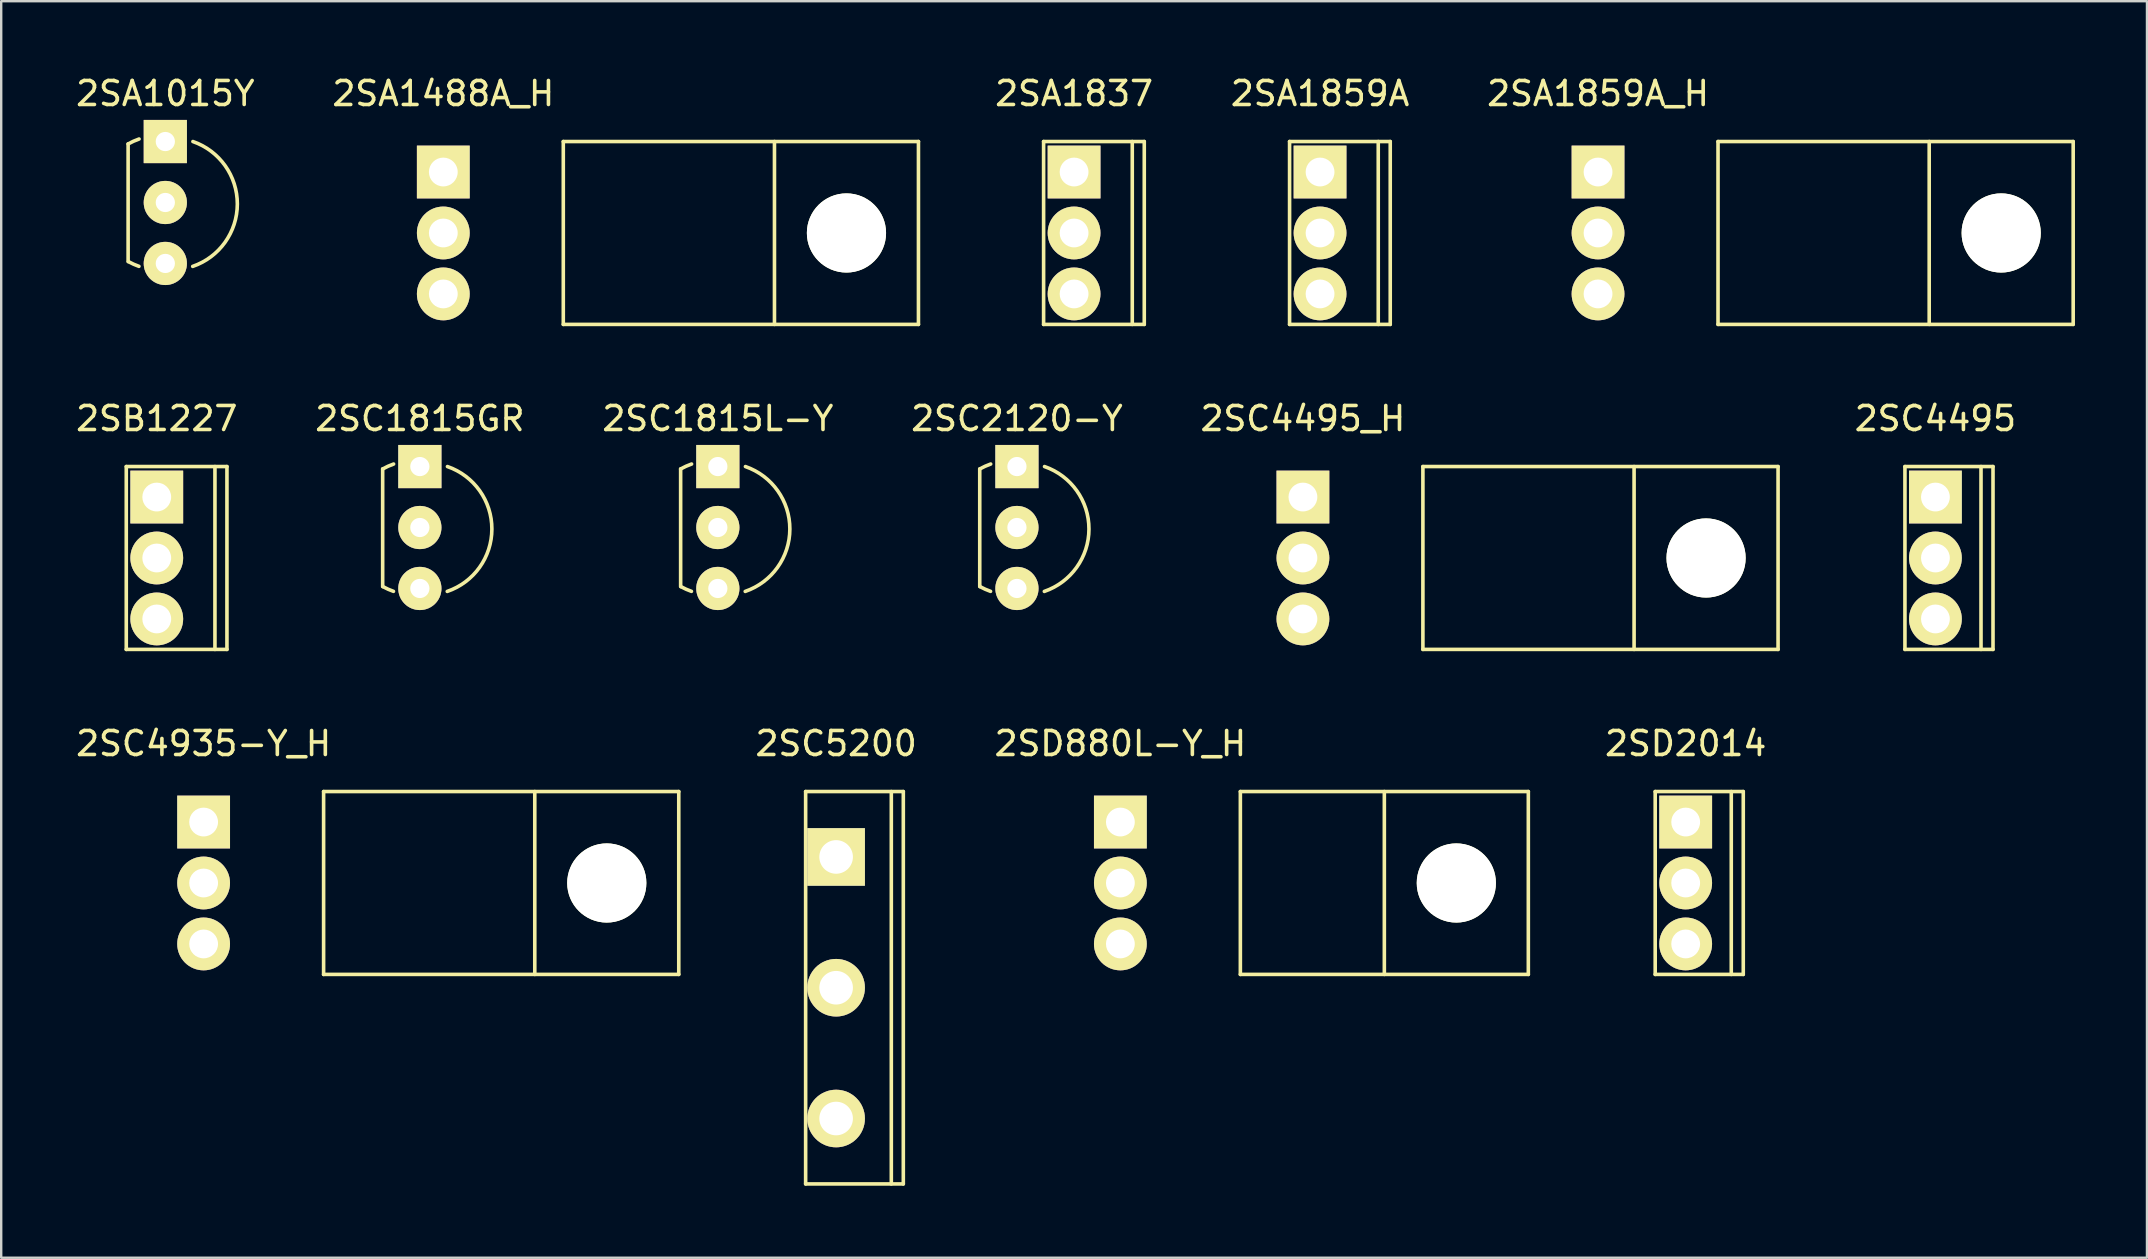
<source format=kicad_pcb>
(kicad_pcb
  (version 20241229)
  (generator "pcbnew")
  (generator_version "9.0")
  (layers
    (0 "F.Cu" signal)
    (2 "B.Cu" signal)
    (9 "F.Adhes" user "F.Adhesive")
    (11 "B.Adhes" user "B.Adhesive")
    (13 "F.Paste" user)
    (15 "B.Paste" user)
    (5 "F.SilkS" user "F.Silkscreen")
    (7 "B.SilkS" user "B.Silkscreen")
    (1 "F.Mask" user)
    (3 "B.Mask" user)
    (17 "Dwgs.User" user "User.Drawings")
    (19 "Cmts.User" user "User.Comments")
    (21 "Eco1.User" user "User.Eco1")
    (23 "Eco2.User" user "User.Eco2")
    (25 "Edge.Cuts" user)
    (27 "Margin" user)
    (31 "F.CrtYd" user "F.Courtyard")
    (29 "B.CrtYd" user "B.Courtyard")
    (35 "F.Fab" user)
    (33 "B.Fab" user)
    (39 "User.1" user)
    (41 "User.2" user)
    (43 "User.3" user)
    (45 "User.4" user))
  (footprint "2SC2120-Y"
    (layer "F.Cu")
    (at 39.327 16.392)
    (property "Reference" "2SC2120-Y" (at 0 -2 0) (layer "F.SilkS") (effects (font (size 1 1) (thickness 0.15))))
    (attr through_hole)
    (fp_line (start -1.55 5) (end -1.55 0.1) (stroke (width 0.15) (type solid)) (layer "F.SilkS"))
    (fp_arc (start -1.55 0.1) (mid -1.326783 -0.012505) (end -1.09461 -0.105127) (stroke (width 0.15) (type solid)) (layer "F.SilkS"))
    (fp_arc (start -1.1 5.2) (mid -1.32318 5.111666) (end -1.537812 5.004217) (stroke (width 0.15) (type solid)) (layer "F.SilkS"))
    (fp_arc (start 1.15 0) (mid 3.00136 2.60449) (end 1.14151 5.202923) (stroke (width 0.15) (type solid)) (layer "F.SilkS"))
    (pad "1" thru_hole rect (at 0 0) (size 1.8 1.8) (drill 0.8) (layers "*.Cu" "*.Mask" "F.SilkS"))
    (pad "2" thru_hole circle (at 0 2.54) (size 1.8 1.8) (drill 0.8) (layers "*.Cu" "*.Mask" "F.SilkS"))
    (pad "3" thru_hole circle (at 0 5.08) (size 1.8 1.8) (drill 0.8) (layers "*.Cu" "*.Mask" "F.SilkS")))
  (footprint "2SC1815L-Y"
    (layer "F.Cu")
    (at 26.863 16.392)
    (property "Reference" "2SC1815L-Y" (at 0 -2 0) (layer "F.SilkS") (effects (font (size 1 1) (thickness 0.15))))
    (attr through_hole)
    (fp_line (start -1.55 5) (end -1.55 0.1) (stroke (width 0.15) (type solid)) (layer "F.SilkS"))
    (fp_arc (start -1.55 0.1) (mid -1.326783 -0.012505) (end -1.09461 -0.105127) (stroke (width 0.15) (type solid)) (layer "F.SilkS"))
    (fp_arc (start -1.1 5.2) (mid -1.32318 5.111666) (end -1.537812 5.004217) (stroke (width 0.15) (type solid)) (layer "F.SilkS"))
    (fp_arc (start 1.15 0) (mid 3.00136 2.60449) (end 1.14151 5.202923) (stroke (width 0.15) (type solid)) (layer "F.SilkS"))
    (pad "1" thru_hole rect (at 0 0) (size 1.8 1.8) (drill 0.8) (layers "*.Cu" "*.Mask" "F.SilkS"))
    (pad "2" thru_hole circle (at 0 2.54) (size 1.8 1.8) (drill 0.8) (layers "*.Cu" "*.Mask" "F.SilkS"))
    (pad "3" thru_hole circle (at 0 5.08) (size 1.8 1.8) (drill 0.8) (layers "*.Cu" "*.Mask" "F.SilkS")))
  (footprint "2SA1015Y"
    (layer "F.Cu")
    (at 3.839 2.848)
    (property "Reference" "2SA1015Y" (at 0 -2 0) (layer "F.SilkS") (effects (font (size 1 1) (thickness 0.15))))
    (attr through_hole)
    (fp_line (start -1.55 5) (end -1.55 0.1) (stroke (width 0.15) (type solid)) (layer "F.SilkS"))
    (fp_arc (start -1.55 0.1) (mid -1.326783 -0.012505) (end -1.09461 -0.105127) (stroke (width 0.15) (type solid)) (layer "F.SilkS"))
    (fp_arc (start -1.1 5.2) (mid -1.32318 5.111666) (end -1.537812 5.004217) (stroke (width 0.15) (type solid)) (layer "F.SilkS"))
    (fp_arc (start 1.15 0) (mid 3.00136 2.60449) (end 1.14151 5.202923) (stroke (width 0.15) (type solid)) (layer "F.SilkS"))
    (pad "1" thru_hole rect (at 0 0) (size 1.8 1.8) (drill 0.8) (layers "*.Cu" "*.Mask" "F.SilkS"))
    (pad "2" thru_hole circle (at 0 2.54) (size 1.8 1.8) (drill 0.8) (layers "*.Cu" "*.Mask" "F.SilkS"))
    (pad "3" thru_hole circle (at 0 5.08) (size 1.8 1.8) (drill 0.8) (layers "*.Cu" "*.Mask" "F.SilkS")))
  (footprint "2SA1859A"
    (layer "F.Cu")
    (at 51.958 4.118)
    (property "Reference" "2SA1859A" (at 0 -3.27 0) (layer "F.SilkS") (effects (font (size 1 1) (thickness 0.15))))
    (attr through_hole)
    (fp_line (start -1.27 -1.27) (end -1.27 6.35) (stroke (width 0.15) (type solid)) (layer "F.SilkS"))
    (fp_line (start -1.27 -1.27) (end 2.925 -1.27) (stroke (width 0.15) (type solid)) (layer "F.SilkS"))
    (fp_line (start -1.27 6.35) (end 2.925 6.35) (stroke (width 0.15) (type solid)) (layer "F.SilkS"))
    (fp_line (start 2.425 -1.27) (end 2.425 6.35) (stroke (width 0.15) (type solid)) (layer "F.SilkS"))
    (fp_line (start 2.925 -1.27) (end 2.925 6.35) (stroke (width 0.15) (type solid)) (layer "F.SilkS"))
    (pad "1" thru_hole rect (at 0 0) (size 2.2 2.2) (drill 1.2) (layers "*.Cu" "*.Mask" "F.SilkS"))
    (pad "2" thru_hole circle (at 0 2.54) (size 2.2 2.2) (drill 1.2) (layers "*.Cu" "*.Mask" "F.SilkS"))
    (pad "3" thru_hole circle (at 0 5.08) (size 2.2 2.2) (drill 1.2) (layers "*.Cu" "*.Mask" "F.SilkS")))
  (footprint "2SC4495"
    (layer "F.Cu")
    (at 77.601 17.662)
    (property "Reference" "2SC4495" (at 0 -3.27 0) (layer "F.SilkS") (effects (font (size 1 1) (thickness 0.15))))
    (attr through_hole)
    (fp_line (start -1.27 -1.27) (end -1.27 6.35) (stroke (width 0.15) (type solid)) (layer "F.SilkS"))
    (fp_line (start -1.27 -1.27) (end 2.4 -1.27) (stroke (width 0.15) (type solid)) (layer "F.SilkS"))
    (fp_line (start -1.27 6.35) (end 2.4 6.35) (stroke (width 0.15) (type solid)) (layer "F.SilkS"))
    (fp_line (start 1.9 -1.27) (end 1.9 6.35) (stroke (width 0.15) (type solid)) (layer "F.SilkS"))
    (fp_line (start 2.4 -1.27) (end 2.4 6.35) (stroke (width 0.15) (type solid)) (layer "F.SilkS"))
    (pad "1" thru_hole rect (at 0 0) (size 2.2 2.2) (drill 1.2) (layers "*.Cu" "*.Mask" "F.SilkS"))
    (pad "2" thru_hole circle (at 0 2.54) (size 2.2 2.2) (drill 1.2) (layers "*.Cu" "*.Mask" "F.SilkS"))
    (pad "3" thru_hole circle (at 0 5.08) (size 2.2 2.2) (drill 1.2) (layers "*.Cu" "*.Mask" "F.SilkS")))
  (footprint "2SD2014"
    (layer "F.Cu")
    (at 67.194 31.205)
    (property "Reference" "2SD2014" (at 0 -3.27 0) (layer "F.SilkS") (effects (font (size 1 1) (thickness 0.15))))
    (attr through_hole)
    (fp_line (start -1.27 -1.27) (end -1.27 6.35) (stroke (width 0.15) (type solid)) (layer "F.SilkS"))
    (fp_line (start -1.27 -1.27) (end 2.4 -1.27) (stroke (width 0.15) (type solid)) (layer "F.SilkS"))
    (fp_line (start -1.27 6.35) (end 2.4 6.35) (stroke (width 0.15) (type solid)) (layer "F.SilkS"))
    (fp_line (start 1.9 -1.27) (end 1.9 6.35) (stroke (width 0.15) (type solid)) (layer "F.SilkS"))
    (fp_line (start 2.4 -1.27) (end 2.4 6.35) (stroke (width 0.15) (type solid)) (layer "F.SilkS"))
    (pad "1" thru_hole rect (at 0 0) (size 2.2 2.2) (drill 1.2) (layers "*.Cu" "*.Mask" "F.SilkS"))
    (pad "2" thru_hole circle (at 0 2.54) (size 2.2 2.2) (drill 1.2) (layers "*.Cu" "*.Mask" "F.SilkS"))
    (pad "3" thru_hole circle (at 0 5.08) (size 2.2 2.2) (drill 1.2) (layers "*.Cu" "*.Mask" "F.SilkS")))
  (footprint "2SD880L-Y_H"
    (layer "F.Cu")
    (at 43.637 31.205)
    (property "Reference" "2SD880L-Y_H" (at 0 -3.27 0) (layer "F.SilkS") (effects (font (size 1 1) (thickness 0.15))))
    (attr through_hole)
    (fp_line (start 5 -1.27) (end 5 6.35) (stroke (width 0.15) (type solid)) (layer "F.SilkS"))
    (fp_line (start 5 -1.27) (end 17 -1.27) (stroke (width 0.15) (type solid)) (layer "F.SilkS"))
    (fp_line (start 5 6.35) (end 17 6.35) (stroke (width 0.15) (type solid)) (layer "F.SilkS"))
    (fp_line (start 11 -1.27) (end 11 6.35) (stroke (width 0.15) (type solid)) (layer "F.SilkS"))
    (fp_line (start 17 -1.27) (end 17 6.35) (stroke (width 0.15) (type solid)) (layer "F.SilkS"))
    (pad "" np_thru_hole circle (at 14 2.54) (size 3.3 3.3) (drill 3.3) (layers "*.Cu" "*.Mask" "F.SilkS"))
    (pad "1" thru_hole rect (at 0 0) (size 2.2 2.2) (drill 1.2) (layers "*.Cu" "*.Mask" "F.SilkS"))
    (pad "2" thru_hole circle (at 0 2.54) (size 2.2 2.2) (drill 1.2) (layers "*.Cu" "*.Mask" "F.SilkS"))
    (pad "3" thru_hole circle (at 0 5.08) (size 2.2 2.2) (drill 1.2) (layers "*.Cu" "*.Mask" "F.SilkS")))
  (footprint "2SB1227"
    (layer "F.Cu")
    (at 3.482 17.662)
    (property "Reference" "2SB1227" (at 0 -3.27 0) (layer "F.SilkS") (effects (font (size 1 1) (thickness 0.15))))
    (attr through_hole)
    (fp_line (start -1.27 -1.27) (end -1.27 6.35) (stroke (width 0.15) (type solid)) (layer "F.SilkS"))
    (fp_line (start -1.27 -1.27) (end 2.925 -1.27) (stroke (width 0.15) (type solid)) (layer "F.SilkS"))
    (fp_line (start -1.27 6.35) (end 2.925 6.35) (stroke (width 0.15) (type solid)) (layer "F.SilkS"))
    (fp_line (start 2.425 -1.27) (end 2.425 6.35) (stroke (width 0.15) (type solid)) (layer "F.SilkS"))
    (fp_line (start 2.925 -1.27) (end 2.925 6.35) (stroke (width 0.15) (type solid)) (layer "F.SilkS"))
    (pad "1" thru_hole rect (at 0 0) (size 2.2 2.2) (drill 1.2) (layers "*.Cu" "*.Mask" "F.SilkS"))
    (pad "2" thru_hole circle (at 0 2.54) (size 2.2 2.2) (drill 1.2) (layers "*.Cu" "*.Mask" "F.SilkS"))
    (pad "3" thru_hole circle (at 0 5.08) (size 2.2 2.2) (drill 1.2) (layers "*.Cu" "*.Mask" "F.SilkS")))
  (footprint "2SC4935-Y_H"
    (layer "F.Cu")
    (at 5.435 31.205)
    (property "Reference" "2SC4935-Y_H" (at 0 -3.27 0) (layer "F.SilkS") (effects (font (size 1 1) (thickness 0.15))))
    (attr through_hole)
    (fp_line (start 5 -1.27) (end 5 6.35) (stroke (width 0.15) (type solid)) (layer "F.SilkS"))
    (fp_line (start 5 -1.27) (end 19.8 -1.27) (stroke (width 0.15) (type solid)) (layer "F.SilkS"))
    (fp_line (start 5 6.35) (end 19.8 6.35) (stroke (width 0.15) (type solid)) (layer "F.SilkS"))
    (fp_line (start 13.8 -1.27) (end 13.8 6.35) (stroke (width 0.15) (type solid)) (layer "F.SilkS"))
    (fp_line (start 19.8 -1.27) (end 19.8 6.35) (stroke (width 0.15) (type solid)) (layer "F.SilkS"))
    (pad "" np_thru_hole circle (at 16.8 2.54) (size 3.3 3.3) (drill 3.3) (layers "*.Cu" "*.Mask" "F.SilkS"))
    (pad "1" thru_hole rect (at 0 0) (size 2.2 2.2) (drill 1.2) (layers "*.Cu" "*.Mask" "F.SilkS"))
    (pad "2" thru_hole circle (at 0 2.54) (size 2.2 2.2) (drill 1.2) (layers "*.Cu" "*.Mask" "F.SilkS"))
    (pad "3" thru_hole circle (at 0 5.08) (size 2.2 2.2) (drill 1.2) (layers "*.Cu" "*.Mask" "F.SilkS")))
  (footprint "2SA1837"
    (layer "F.Cu")
    (at 41.708 4.118)
    (property "Reference" "2SA1837" (at 0 -3.27 0) (layer "F.SilkS") (effects (font (size 1 1) (thickness 0.15))))
    (attr through_hole)
    (fp_line (start -1.27 -1.27) (end -1.27 6.35) (stroke (width 0.15) (type solid)) (layer "F.SilkS"))
    (fp_line (start -1.27 -1.27) (end 2.925 -1.27) (stroke (width 0.15) (type solid)) (layer "F.SilkS"))
    (fp_line (start -1.27 6.35) (end 2.925 6.35) (stroke (width 0.15) (type solid)) (layer "F.SilkS"))
    (fp_line (start 2.425 -1.27) (end 2.425 6.35) (stroke (width 0.15) (type solid)) (layer "F.SilkS"))
    (fp_line (start 2.925 -1.27) (end 2.925 6.35) (stroke (width 0.15) (type solid)) (layer "F.SilkS"))
    (pad "1" thru_hole rect (at 0 0) (size 2.2 2.2) (drill 1.2) (layers "*.Cu" "*.Mask" "F.SilkS"))
    (pad "2" thru_hole circle (at 0 2.54) (size 2.2 2.2) (drill 1.2) (layers "*.Cu" "*.Mask" "F.SilkS"))
    (pad "3" thru_hole circle (at 0 5.08) (size 2.2 2.2) (drill 1.2) (layers "*.Cu" "*.Mask" "F.SilkS")))
  (footprint "2SC4495_H"
    (layer "F.Cu")
    (at 51.244 17.662)
    (property "Reference" "2SC4495_H" (at 0 -3.27 0) (layer "F.SilkS") (effects (font (size 1 1) (thickness 0.15))))
    (attr through_hole)
    (fp_line (start 5 -1.27) (end 5 6.35) (stroke (width 0.15) (type solid)) (layer "F.SilkS"))
    (fp_line (start 5 -1.27) (end 19.8 -1.27) (stroke (width 0.15) (type solid)) (layer "F.SilkS"))
    (fp_line (start 5 6.35) (end 19.8 6.35) (stroke (width 0.15) (type solid)) (layer "F.SilkS"))
    (fp_line (start 13.8 -1.27) (end 13.8 6.35) (stroke (width 0.15) (type solid)) (layer "F.SilkS"))
    (fp_line (start 19.8 -1.27) (end 19.8 6.35) (stroke (width 0.15) (type solid)) (layer "F.SilkS"))
    (pad "" np_thru_hole circle (at 16.8 2.54) (size 3.3 3.3) (drill 3.3) (layers "*.Cu" "*.Mask" "F.SilkS"))
    (pad "1" thru_hole rect (at 0 0) (size 2.2 2.2) (drill 1.2) (layers "*.Cu" "*.Mask" "F.SilkS"))
    (pad "2" thru_hole circle (at 0 2.54) (size 2.2 2.2) (drill 1.2) (layers "*.Cu" "*.Mask" "F.SilkS"))
    (pad "3" thru_hole circle (at 0 5.08) (size 2.2 2.2) (drill 1.2) (layers "*.Cu" "*.Mask" "F.SilkS")))
  (footprint "2SC1815GR"
    (layer "F.Cu")
    (at 14.446 16.392)
    (property "Reference" "2SC1815GR" (at 0 -2 0) (layer "F.SilkS") (effects (font (size 1 1) (thickness 0.15))))
    (attr through_hole)
    (fp_line (start -1.55 5) (end -1.55 0.1) (stroke (width 0.15) (type solid)) (layer "F.SilkS"))
    (fp_arc (start -1.55 0.1) (mid -1.326783 -0.012505) (end -1.09461 -0.105127) (stroke (width 0.15) (type solid)) (layer "F.SilkS"))
    (fp_arc (start -1.1 5.2) (mid -1.32318 5.111666) (end -1.537812 5.004217) (stroke (width 0.15) (type solid)) (layer "F.SilkS"))
    (fp_arc (start 1.15 0) (mid 3.00136 2.60449) (end 1.14151 5.202923) (stroke (width 0.15) (type solid)) (layer "F.SilkS"))
    (pad "1" thru_hole rect (at 0 0) (size 1.8 1.8) (drill 0.8) (layers "*.Cu" "*.Mask" "F.SilkS"))
    (pad "2" thru_hole circle (at 0 2.54) (size 1.8 1.8) (drill 0.8) (layers "*.Cu" "*.Mask" "F.SilkS"))
    (pad "3" thru_hole circle (at 0 5.08) (size 1.8 1.8) (drill 0.8) (layers "*.Cu" "*.Mask" "F.SilkS")))
  (footprint "2SA1859A_H"
    (layer "F.Cu")
    (at 63.542 4.118)
    (property "Reference" "2SA1859A_H" (at 0 -3.27 0) (layer "F.SilkS") (effects (font (size 1 1) (thickness 0.15))))
    (attr through_hole)
    (fp_line (start 5 -1.27) (end 5 6.35) (stroke (width 0.15) (type solid)) (layer "F.SilkS"))
    (fp_line (start 5 -1.27) (end 19.8 -1.27) (stroke (width 0.15) (type solid)) (layer "F.SilkS"))
    (fp_line (start 5 6.35) (end 19.8 6.35) (stroke (width 0.15) (type solid)) (layer "F.SilkS"))
    (fp_line (start 13.8 -1.27) (end 13.8 6.35) (stroke (width 0.15) (type solid)) (layer "F.SilkS"))
    (fp_line (start 19.8 -1.27) (end 19.8 6.35) (stroke (width 0.15) (type solid)) (layer "F.SilkS"))
    (pad "" np_thru_hole circle (at 16.8 2.54) (size 3.3 3.3) (drill 3.3) (layers "*.Cu" "*.Mask" "F.SilkS"))
    (pad "1" thru_hole rect (at 0 0) (size 2.2 2.2) (drill 1.2) (layers "*.Cu" "*.Mask" "F.SilkS"))
    (pad "2" thru_hole circle (at 0 2.54) (size 2.2 2.2) (drill 1.2) (layers "*.Cu" "*.Mask" "F.SilkS"))
    (pad "3" thru_hole circle (at 0 5.08) (size 2.2 2.2) (drill 1.2) (layers "*.Cu" "*.Mask" "F.SilkS")))
  (footprint "2SA1488A_H"
    (layer "F.Cu")
    (at 15.423 4.118)
    (property "Reference" "2SA1488A_H" (at 0 -3.27 0) (layer "F.SilkS") (effects (font (size 1 1) (thickness 0.15))))
    (attr through_hole)
    (fp_line (start 5 -1.27) (end 5 6.35) (stroke (width 0.15) (type solid)) (layer "F.SilkS"))
    (fp_line (start 5 -1.27) (end 19.8 -1.27) (stroke (width 0.15) (type solid)) (layer "F.SilkS"))
    (fp_line (start 5 6.35) (end 19.8 6.35) (stroke (width 0.15) (type solid)) (layer "F.SilkS"))
    (fp_line (start 13.8 -1.27) (end 13.8 6.35) (stroke (width 0.15) (type solid)) (layer "F.SilkS"))
    (fp_line (start 19.8 -1.27) (end 19.8 6.35) (stroke (width 0.15) (type solid)) (layer "F.SilkS"))
    (pad "" np_thru_hole circle (at 16.8 2.54) (size 3.3 3.3) (drill 3.3) (layers "*.Cu" "*.Mask" "F.SilkS"))
    (pad "1" thru_hole rect (at 0 0) (size 2.2 2.2) (drill 1.2) (layers "*.Cu" "*.Mask" "F.SilkS"))
    (pad "2" thru_hole circle (at 0 2.54) (size 2.2 2.2) (drill 1.2) (layers "*.Cu" "*.Mask" "F.SilkS"))
    (pad "3" thru_hole circle (at 0 5.08) (size 2.2 2.2) (drill 1.2) (layers "*.Cu" "*.Mask" "F.SilkS")))
  (footprint "2SC5200"
    (layer "F.Cu")
    (at 31.792 32.66)
    (property "Reference" "2SC5200" (at 0 -4.725 0) (layer "F.SilkS") (effects (font (size 1 1) (thickness 0.15))))
    (attr through_hole)
    (fp_line (start -1.27 -2.725) (end -1.27 13.625) (stroke (width 0.15) (type solid)) (layer "F.SilkS"))
    (fp_line (start -1.27 -2.725) (end 2.8 -2.725) (stroke (width 0.15) (type solid)) (layer "F.SilkS"))
    (fp_line (start -1.27 13.625) (end 2.8 13.625) (stroke (width 0.15) (type solid)) (layer "F.SilkS"))
    (fp_line (start 2.3 -2.725) (end 2.3 13.625) (stroke (width 0.15) (type solid)) (layer "F.SilkS"))
    (fp_line (start 2.8 -2.725) (end 2.8 13.625) (stroke (width 0.15) (type solid)) (layer "F.SilkS"))
    (pad "1" thru_hole rect (at 0 0) (size 2.4 2.4) (drill 1.4) (layers "*.Cu" "*.Mask" "F.SilkS"))
    (pad "2" thru_hole circle (at 0 5.45) (size 2.4 2.4) (drill 1.4) (layers "*.Cu" "*.Mask" "F.SilkS"))
    (pad "3" thru_hole circle (at 0 10.9) (size 2.4 2.4) (drill 1.4) (layers "*.Cu" "*.Mask" "F.SilkS")))
  (gr_rect
    (start -3 -3)
    (end 86.417 49.36)
    (stroke (width 0.1) (type default))
    (fill no)
    (layer "Edge.Cuts")))
</source>
